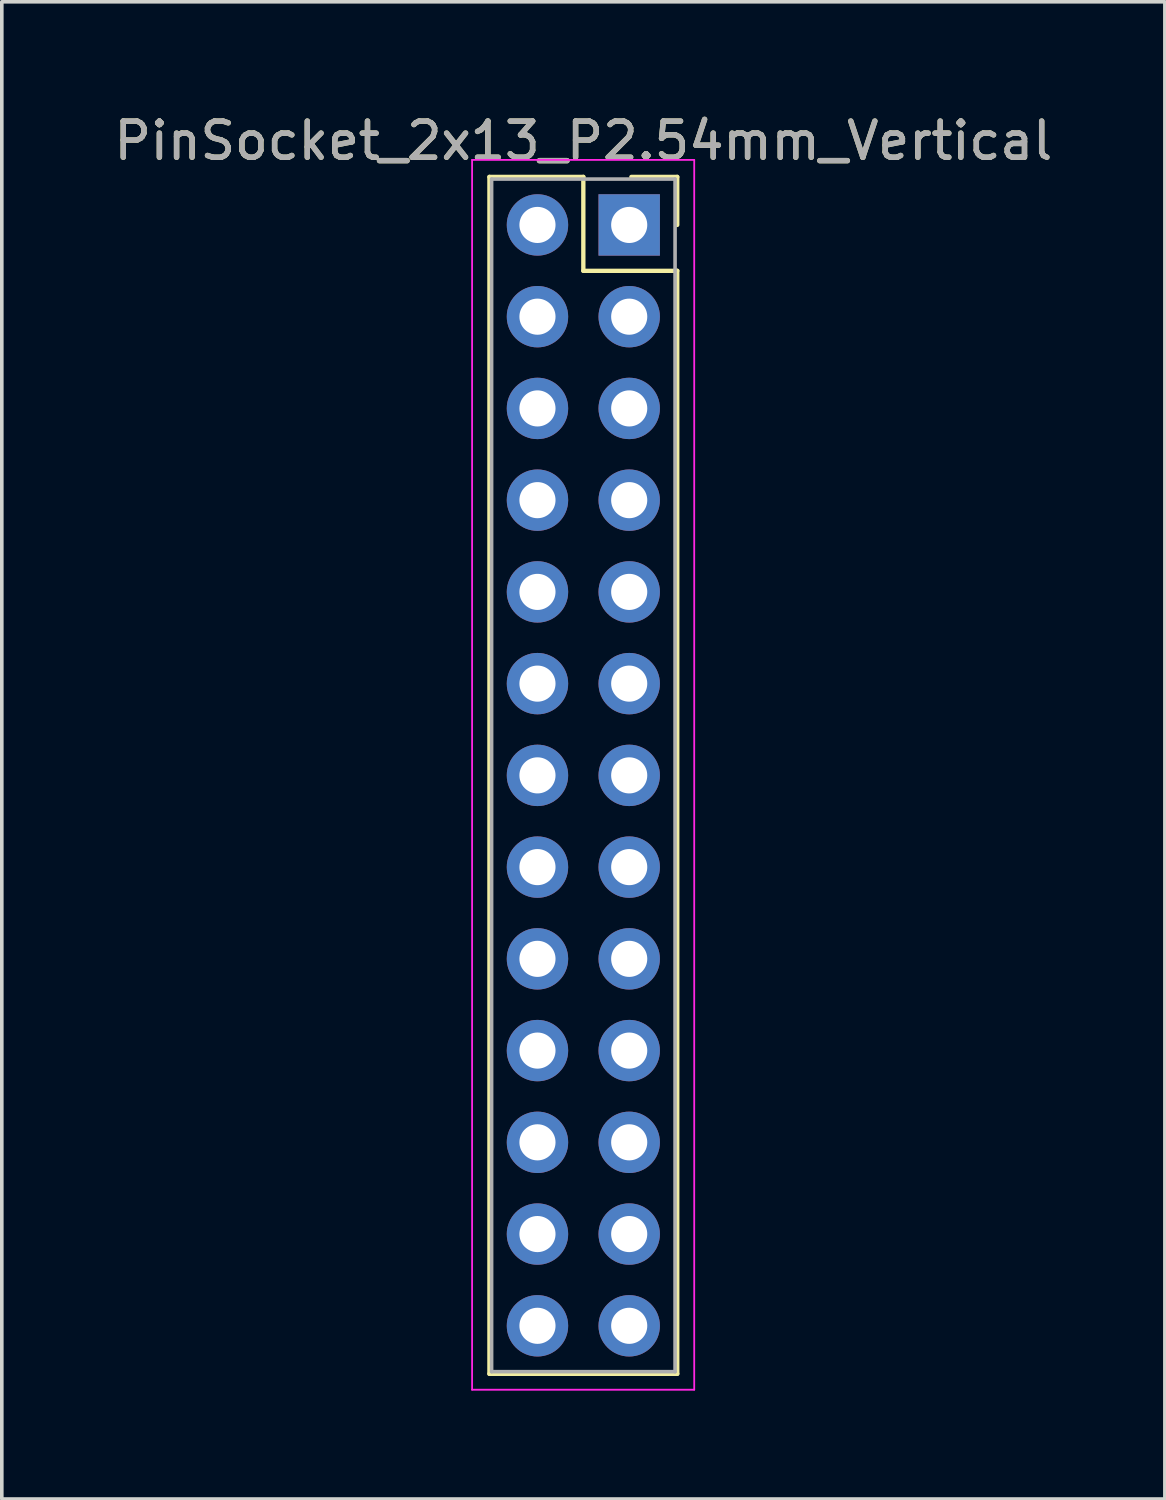
<source format=kicad_pcb>
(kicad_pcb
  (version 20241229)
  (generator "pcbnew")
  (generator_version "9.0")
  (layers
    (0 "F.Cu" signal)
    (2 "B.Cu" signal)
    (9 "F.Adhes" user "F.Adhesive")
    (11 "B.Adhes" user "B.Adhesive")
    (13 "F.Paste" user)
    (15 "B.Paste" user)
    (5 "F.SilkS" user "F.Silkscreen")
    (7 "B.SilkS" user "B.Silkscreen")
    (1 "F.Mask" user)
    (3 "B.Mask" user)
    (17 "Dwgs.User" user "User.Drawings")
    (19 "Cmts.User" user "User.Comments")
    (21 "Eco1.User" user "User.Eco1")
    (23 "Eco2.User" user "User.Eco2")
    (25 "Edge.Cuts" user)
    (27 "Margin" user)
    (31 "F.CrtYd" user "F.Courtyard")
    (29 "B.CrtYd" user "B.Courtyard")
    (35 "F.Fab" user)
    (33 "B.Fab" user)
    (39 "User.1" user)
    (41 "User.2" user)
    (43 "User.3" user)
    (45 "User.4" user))
  (footprint "PinSocket_2x13_P2.54mm_Vertical"
    (layer "F.Cu")
    (at 14.371 3.178)
    (property "Reference" "PinSocket_2x13_P2.54mm_Vertical" (at -1.27 -2.33 0) (layer "F.SilkS") (effects (font (size 1 1) (thickness 0.15))))
    (attr through_hole)
    (fp_line (start -3.87 -1.33) (end -1.27 -1.33) (stroke (width 0.12) (type solid)) (layer "F.SilkS"))
    (fp_line (start -3.87 31.81) (end -3.87 -1.33) (stroke (width 0.12) (type solid)) (layer "F.SilkS"))
    (fp_line (start -1.27 -1.33) (end -1.27 1.27) (stroke (width 0.12) (type solid)) (layer "F.SilkS"))
    (fp_line (start -1.27 1.27) (end 1.33 1.27) (stroke (width 0.12) (type solid)) (layer "F.SilkS"))
    (fp_line (start 1.33 -1.33) (end 0.06 -1.33) (stroke (width 0.12) (type solid)) (layer "F.SilkS"))
    (fp_line (start 1.33 0) (end 1.33 -1.33) (stroke (width 0.12) (type solid)) (layer "F.SilkS"))
    (fp_line (start 1.33 1.27) (end 1.33 31.81) (stroke (width 0.12) (type solid)) (layer "F.SilkS"))
    (fp_line (start 1.33 31.81) (end -3.87 31.81) (stroke (width 0.12) (type solid)) (layer "F.SilkS"))
    (fp_line (start -4.35 -1.8) (end -4.35 32.25) (stroke (width 0.05) (type solid)) (layer "F.CrtYd"))
    (fp_line (start -4.35 32.25) (end 1.8 32.25) (stroke (width 0.05) (type solid)) (layer "F.CrtYd"))
    (fp_line (start 1.8 -1.8) (end -4.35 -1.8) (stroke (width 0.05) (type solid)) (layer "F.CrtYd"))
    (fp_line (start 1.8 32.25) (end 1.8 -1.8) (stroke (width 0.05) (type solid)) (layer "F.CrtYd"))
    (fp_line (start -3.81 -1.27) (end -3.81 31.75) (stroke (width 0.1) (type solid)) (layer "F.Fab"))
    (fp_line (start -3.81 31.75) (end 1.27 31.75) (stroke (width 0.1) (type solid)) (layer "F.Fab"))
    (fp_line (start 1.27 -1.27) (end -3.81 -1.27) (stroke (width 0.1) (type solid)) (layer "F.Fab"))
    (fp_line (start 1.27 31.75) (end 1.27 -1.27) (stroke (width 0.1) (type solid)) (layer "F.Fab"))
    (fp_text user "${REFERENCE}" (at -1.27 -2.33 0) (layer "F.Fab") (effects (font (size 1 1) (thickness 0.15))))
    (pad "1" thru_hole rect (at 0 0) (size 1.7 1.7) (drill 1) (layers "*.Cu" "*.Mask"))
    (pad "2" thru_hole oval (at -2.54 0) (size 1.7 1.7) (drill 1) (layers "*.Cu" "*.Mask"))
    (pad "3" thru_hole oval (at 0 2.54) (size 1.7 1.7) (drill 1) (layers "*.Cu" "*.Mask"))
    (pad "4" thru_hole oval (at -2.54 2.54) (size 1.7 1.7) (drill 1) (layers "*.Cu" "*.Mask"))
    (pad "5" thru_hole oval (at 0 5.08) (size 1.7 1.7) (drill 1) (layers "*.Cu" "*.Mask"))
    (pad "6" thru_hole oval (at -2.54 5.08) (size 1.7 1.7) (drill 1) (layers "*.Cu" "*.Mask"))
    (pad "7" thru_hole oval (at 0 7.62) (size 1.7 1.7) (drill 1) (layers "*.Cu" "*.Mask"))
    (pad "8" thru_hole oval (at -2.54 7.62) (size 1.7 1.7) (drill 1) (layers "*.Cu" "*.Mask"))
    (pad "9" thru_hole oval (at 0 10.16) (size 1.7 1.7) (drill 1) (layers "*.Cu" "*.Mask"))
    (pad "10" thru_hole oval (at -2.54 10.16) (size 1.7 1.7) (drill 1) (layers "*.Cu" "*.Mask"))
    (pad "11" thru_hole oval (at 0 12.7) (size 1.7 1.7) (drill 1) (layers "*.Cu" "*.Mask"))
    (pad "12" thru_hole oval (at -2.54 12.7) (size 1.7 1.7) (drill 1) (layers "*.Cu" "*.Mask"))
    (pad "13" thru_hole oval (at 0 15.24) (size 1.7 1.7) (drill 1) (layers "*.Cu" "*.Mask"))
    (pad "14" thru_hole oval (at -2.54 15.24) (size 1.7 1.7) (drill 1) (layers "*.Cu" "*.Mask"))
    (pad "15" thru_hole oval (at 0 17.78) (size 1.7 1.7) (drill 1) (layers "*.Cu" "*.Mask"))
    (pad "16" thru_hole oval (at -2.54 17.78) (size 1.7 1.7) (drill 1) (layers "*.Cu" "*.Mask"))
    (pad "17" thru_hole oval (at 0 20.32) (size 1.7 1.7) (drill 1) (layers "*.Cu" "*.Mask"))
    (pad "18" thru_hole oval (at -2.54 20.32) (size 1.7 1.7) (drill 1) (layers "*.Cu" "*.Mask"))
    (pad "19" thru_hole oval (at 0 22.86) (size 1.7 1.7) (drill 1) (layers "*.Cu" "*.Mask"))
    (pad "20" thru_hole oval (at -2.54 22.86) (size 1.7 1.7) (drill 1) (layers "*.Cu" "*.Mask"))
    (pad "21" thru_hole oval (at 0 25.4) (size 1.7 1.7) (drill 1) (layers "*.Cu" "*.Mask"))
    (pad "22" thru_hole oval (at -2.54 25.4) (size 1.7 1.7) (drill 1) (layers "*.Cu" "*.Mask"))
    (pad "23" thru_hole oval (at 0 27.94) (size 1.7 1.7) (drill 1) (layers "*.Cu" "*.Mask"))
    (pad "24" thru_hole oval (at -2.54 27.94) (size 1.7 1.7) (drill 1) (layers "*.Cu" "*.Mask"))
    (pad "25" thru_hole oval (at 0 30.48) (size 1.7 1.7) (drill 1) (layers "*.Cu" "*.Mask"))
    (pad "26" thru_hole oval (at -2.54 30.48) (size 1.7 1.7) (drill 1) (layers "*.Cu" "*.Mask")))
  (gr_rect
    (start -3 -3)
    (end 29.202 38.453)
    (stroke (width 0.1) (type default))
    (fill no)
    (layer "Edge.Cuts")))
</source>
